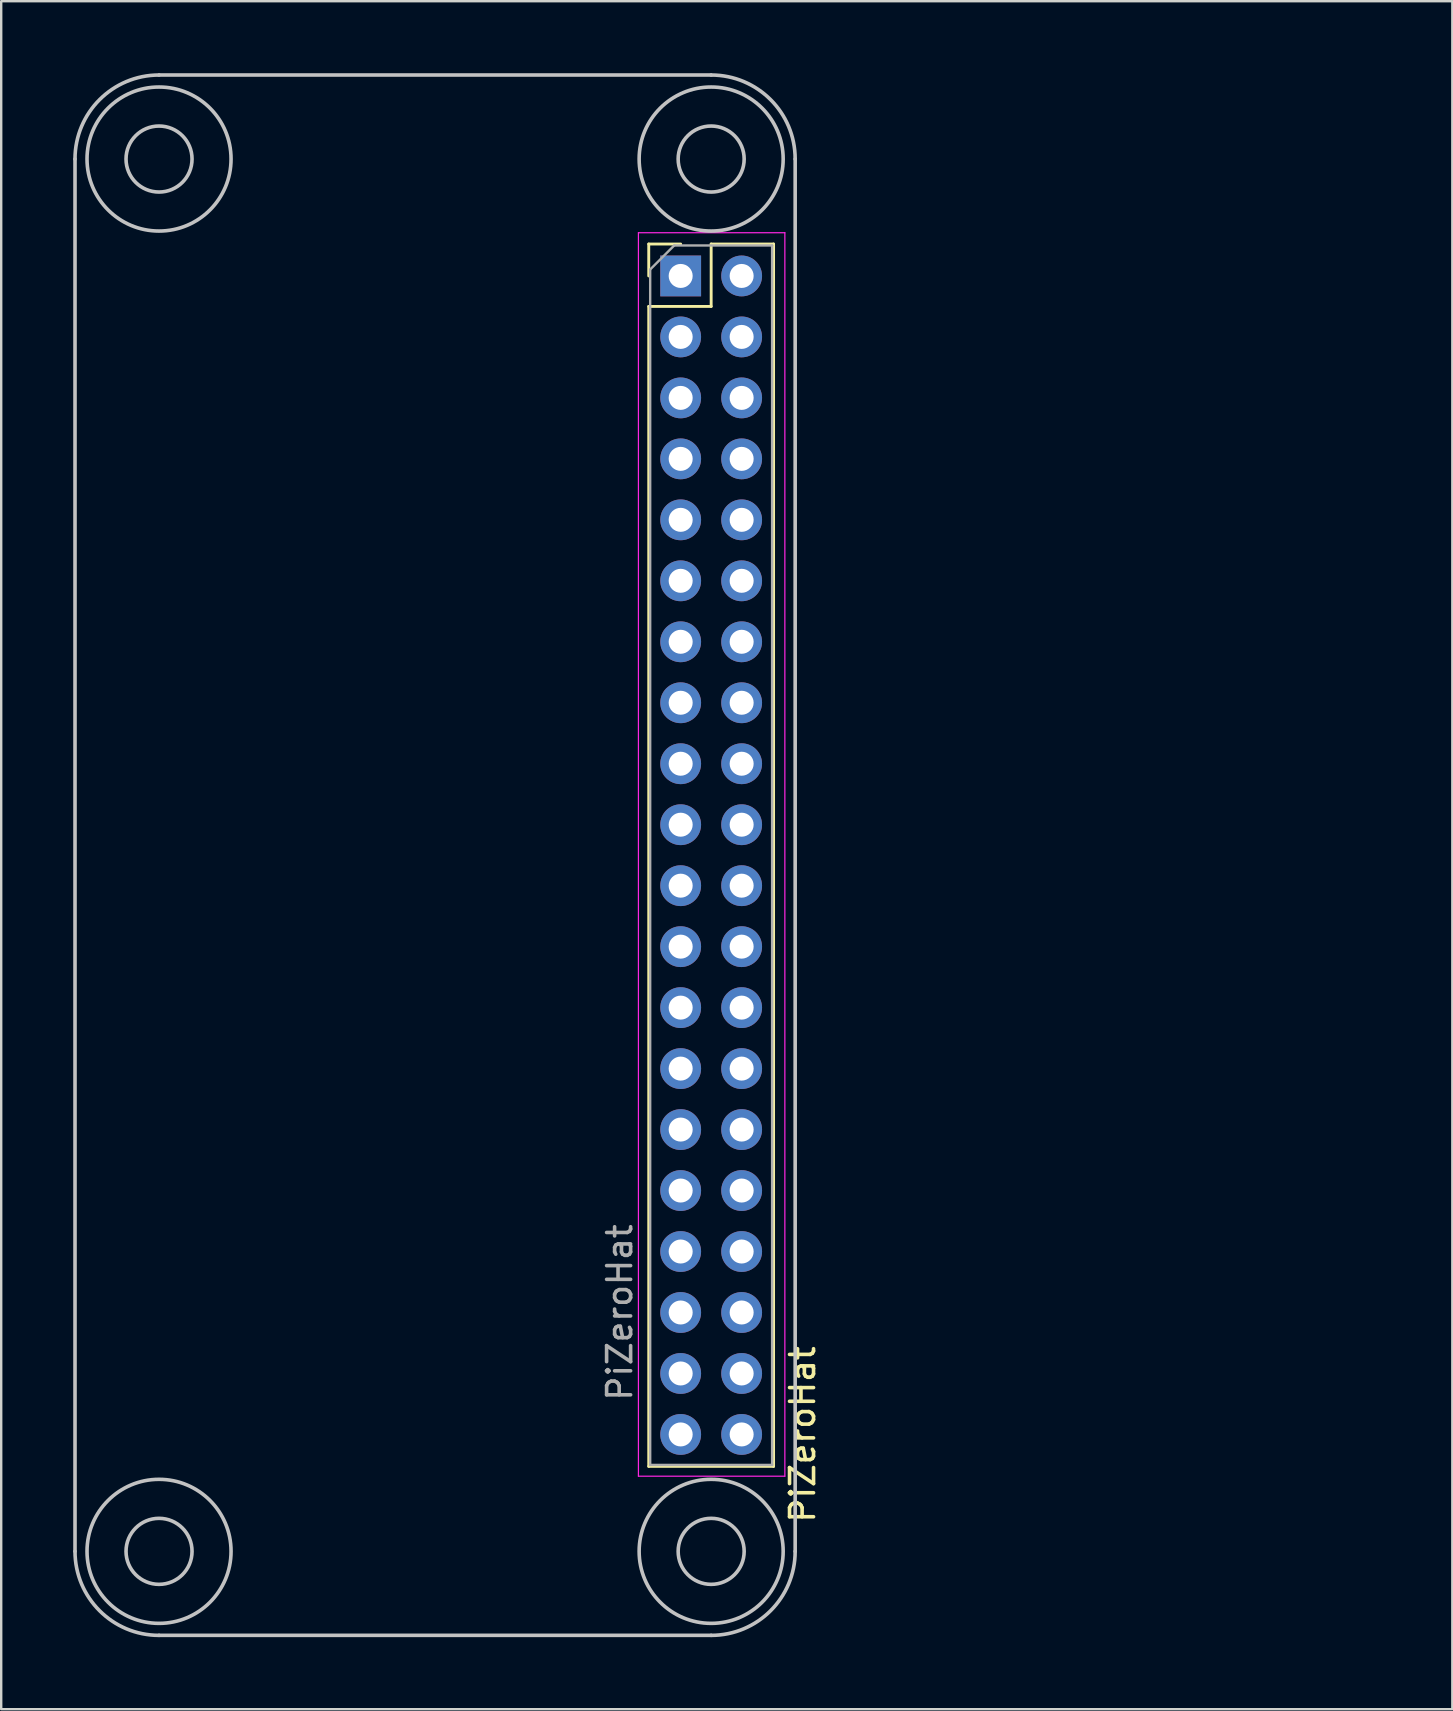
<source format=kicad_pcb>
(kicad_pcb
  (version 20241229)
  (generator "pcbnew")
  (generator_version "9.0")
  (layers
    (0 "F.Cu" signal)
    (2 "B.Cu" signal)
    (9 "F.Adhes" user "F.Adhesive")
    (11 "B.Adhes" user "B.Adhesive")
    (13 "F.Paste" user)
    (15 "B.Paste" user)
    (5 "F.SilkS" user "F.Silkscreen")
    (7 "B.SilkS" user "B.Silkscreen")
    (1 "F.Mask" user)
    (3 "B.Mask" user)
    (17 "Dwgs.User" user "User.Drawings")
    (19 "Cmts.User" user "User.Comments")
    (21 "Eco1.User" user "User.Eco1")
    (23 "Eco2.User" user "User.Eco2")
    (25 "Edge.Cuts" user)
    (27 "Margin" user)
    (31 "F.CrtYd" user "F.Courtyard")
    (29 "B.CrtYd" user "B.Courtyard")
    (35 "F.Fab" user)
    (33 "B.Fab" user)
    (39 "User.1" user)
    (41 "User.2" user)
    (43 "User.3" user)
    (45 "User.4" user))
  (footprint "PiZeroHat"
    (layer "F.Cu")
    (at 54.2 8.445)
    (property "Reference" "PiZeroHat" (at -23.815 48.26 90) (layer "F.SilkS") (effects (font (size 1 1) (thickness 0.15))))
    (attr through_hole)
    (fp_line (start -30.225 -1.33) (end -30.225 0) (stroke (width 0.12) (type solid)) (layer "F.SilkS"))
    (fp_line (start -30.225 1.27) (end -30.225 49.59) (stroke (width 0.12) (type solid)) (layer "F.SilkS"))
    (fp_line (start -28.895 -1.33) (end -30.225 -1.33) (stroke (width 0.12) (type solid)) (layer "F.SilkS"))
    (fp_line (start -27.625 -1.33) (end -27.625 1.27) (stroke (width 0.12) (type solid)) (layer "F.SilkS"))
    (fp_line (start -27.625 1.27) (end -30.225 1.27) (stroke (width 0.12) (type solid)) (layer "F.SilkS"))
    (fp_line (start -25.025 -1.33) (end -27.625 -1.33) (stroke (width 0.12) (type solid)) (layer "F.SilkS"))
    (fp_line (start -25.025 -1.33) (end -25.025 49.59) (stroke (width 0.12) (type solid)) (layer "F.SilkS"))
    (fp_line (start -25.025 49.59) (end -30.225 49.59) (stroke (width 0.12) (type solid)) (layer "F.SilkS"))
    (fp_line (start -54.125 -4.87) (end -54.125 53.13) (stroke (width 0.15) (type solid)) (layer "Dwgs.User"))
    (fp_line (start -50.625 56.63) (end -27.625 56.63) (stroke (width 0.15) (type solid)) (layer "Dwgs.User"))
    (fp_line (start -27.625 -8.37) (end -50.625 -8.37) (stroke (width 0.15) (type solid)) (layer "Dwgs.User"))
    (fp_line (start -24.125 -4.87) (end -24.125 53.13) (stroke (width 0.15) (type solid)) (layer "Dwgs.User"))
    (fp_arc (start -54.125372 -4.87) (mid -53.100246 -7.344874) (end -50.625372 -8.37) (stroke (width 0.15) (type solid)) (layer "Dwgs.User"))
    (fp_arc (start -50.625372 56.63) (mid -53.100246 55.604874) (end -54.125372 53.13) (stroke (width 0.15) (type solid)) (layer "Dwgs.User"))
    (fp_arc (start -27.625372 -8.37) (mid -25.150498 -7.344874) (end -24.125372 -4.87) (stroke (width 0.15) (type solid)) (layer "Dwgs.User"))
    (fp_arc (start -24.125372 53.13) (mid -25.150498 55.604874) (end -27.625372 56.63) (stroke (width 0.15) (type solid)) (layer "Dwgs.User"))
    (fp_circle (center -50.625 -4.87) (end -53.625 -4.87) (stroke (width 0.15) (type solid)) (fill no) (layer "Dwgs.User"))
    (fp_circle (center -50.625 -4.87) (end -52 -4.87) (stroke (width 0.15) (type solid)) (fill no) (layer "Dwgs.User"))
    (fp_circle (center -50.625 53.13) (end -53.625 53.13) (stroke (width 0.15) (type solid)) (fill no) (layer "Dwgs.User"))
    (fp_circle (center -50.625 53.13) (end -52 53.13) (stroke (width 0.15) (type solid)) (fill no) (layer "Dwgs.User"))
    (fp_circle (center -27.625 -4.87) (end -30.625 -4.87) (stroke (width 0.15) (type solid)) (fill no) (layer "Dwgs.User"))
    (fp_circle (center -27.625 -4.87) (end -29 -4.87) (stroke (width 0.15) (type solid)) (fill no) (layer "Dwgs.User"))
    (fp_circle (center -27.625 53.13) (end -30.625 53.13) (stroke (width 0.15) (type solid)) (fill no) (layer "Dwgs.User"))
    (fp_circle (center -27.625 53.13) (end -29 53.13) (stroke (width 0.15) (type solid)) (fill no) (layer "Dwgs.User"))
    (fp_line (start -30.655 -1.8) (end -30.655 50) (stroke (width 0.05) (type solid)) (layer "F.CrtYd"))
    (fp_line (start -30.655 50) (end -24.555 50) (stroke (width 0.05) (type solid)) (layer "F.CrtYd"))
    (fp_line (start -24.555 -1.8) (end -30.655 -1.8) (stroke (width 0.05) (type solid)) (layer "F.CrtYd"))
    (fp_line (start -24.555 50) (end -24.555 -1.8) (stroke (width 0.05) (type solid)) (layer "F.CrtYd"))
    (fp_line (start -30.165 -0.27) (end -30.165 49.53) (stroke (width 0.1) (type solid)) (layer "F.Fab"))
    (fp_line (start -30.165 49.53) (end -25.085 49.53) (stroke (width 0.1) (type solid)) (layer "F.Fab"))
    (fp_line (start -29.165 -1.27) (end -30.165 -0.27) (stroke (width 0.1) (type solid)) (layer "F.Fab"))
    (fp_line (start -25.085 -1.27) (end -29.165 -1.27) (stroke (width 0.1) (type solid)) (layer "F.Fab"))
    (fp_line (start -25.085 49.53) (end -25.085 -1.27) (stroke (width 0.1) (type solid)) (layer "F.Fab"))
    (fp_text user "${REFERENCE}" (at -31.435 43.18 90) (layer "F.Fab") (effects (font (size 1 1) (thickness 0.15))))
    (pad "1" thru_hole rect (at -28.895 0) (size 1.7 1.7) (drill 1) (layers "*.Cu" "*.Mask"))
    (pad "2" thru_hole oval (at -26.355 0) (size 1.7 1.7) (drill 1) (layers "*.Cu" "*.Mask"))
    (pad "3" thru_hole oval (at -28.895 2.54) (size 1.7 1.7) (drill 1) (layers "*.Cu" "*.Mask"))
    (pad "4" thru_hole oval (at -26.355 2.54) (size 1.7 1.7) (drill 1) (layers "*.Cu" "*.Mask"))
    (pad "5" thru_hole oval (at -28.895 5.08) (size 1.7 1.7) (drill 1) (layers "*.Cu" "*.Mask"))
    (pad "6" thru_hole oval (at -26.355 5.08) (size 1.7 1.7) (drill 1) (layers "*.Cu" "*.Mask"))
    (pad "7" thru_hole oval (at -28.895 7.62) (size 1.7 1.7) (drill 1) (layers "*.Cu" "*.Mask"))
    (pad "8" thru_hole oval (at -26.355 7.62) (size 1.7 1.7) (drill 1) (layers "*.Cu" "*.Mask"))
    (pad "9" thru_hole oval (at -28.895 10.16) (size 1.7 1.7) (drill 1) (layers "*.Cu" "*.Mask"))
    (pad "10" thru_hole oval (at -26.355 10.16) (size 1.7 1.7) (drill 1) (layers "*.Cu" "*.Mask"))
    (pad "11" thru_hole oval (at -28.895 12.7) (size 1.7 1.7) (drill 1) (layers "*.Cu" "*.Mask"))
    (pad "12" thru_hole oval (at -26.355 12.7) (size 1.7 1.7) (drill 1) (layers "*.Cu" "*.Mask"))
    (pad "13" thru_hole oval (at -28.895 15.24) (size 1.7 1.7) (drill 1) (layers "*.Cu" "*.Mask"))
    (pad "14" thru_hole oval (at -26.355 15.24) (size 1.7 1.7) (drill 1) (layers "*.Cu" "*.Mask"))
    (pad "15" thru_hole oval (at -28.895 17.78) (size 1.7 1.7) (drill 1) (layers "*.Cu" "*.Mask"))
    (pad "16" thru_hole oval (at -26.355 17.78) (size 1.7 1.7) (drill 1) (layers "*.Cu" "*.Mask"))
    (pad "17" thru_hole oval (at -28.895 20.32) (size 1.7 1.7) (drill 1) (layers "*.Cu" "*.Mask"))
    (pad "18" thru_hole oval (at -26.355 20.32) (size 1.7 1.7) (drill 1) (layers "*.Cu" "*.Mask"))
    (pad "19" thru_hole oval (at -28.895 22.86) (size 1.7 1.7) (drill 1) (layers "*.Cu" "*.Mask"))
    (pad "20" thru_hole oval (at -26.355 22.86) (size 1.7 1.7) (drill 1) (layers "*.Cu" "*.Mask"))
    (pad "21" thru_hole oval (at -28.895 25.4) (size 1.7 1.7) (drill 1) (layers "*.Cu" "*.Mask"))
    (pad "22" thru_hole oval (at -26.355 25.4) (size 1.7 1.7) (drill 1) (layers "*.Cu" "*.Mask"))
    (pad "23" thru_hole oval (at -28.895 27.94) (size 1.7 1.7) (drill 1) (layers "*.Cu" "*.Mask"))
    (pad "24" thru_hole oval (at -26.355 27.94) (size 1.7 1.7) (drill 1) (layers "*.Cu" "*.Mask"))
    (pad "25" thru_hole oval (at -28.895 30.48) (size 1.7 1.7) (drill 1) (layers "*.Cu" "*.Mask"))
    (pad "26" thru_hole oval (at -26.355 30.48) (size 1.7 1.7) (drill 1) (layers "*.Cu" "*.Mask"))
    (pad "27" thru_hole oval (at -28.895 33.02) (size 1.7 1.7) (drill 1) (layers "*.Cu" "*.Mask"))
    (pad "28" thru_hole oval (at -26.355 33.02) (size 1.7 1.7) (drill 1) (layers "*.Cu" "*.Mask"))
    (pad "29" thru_hole oval (at -28.895 35.56) (size 1.7 1.7) (drill 1) (layers "*.Cu" "*.Mask"))
    (pad "30" thru_hole oval (at -26.355 35.56) (size 1.7 1.7) (drill 1) (layers "*.Cu" "*.Mask"))
    (pad "31" thru_hole oval (at -28.895 38.1) (size 1.7 1.7) (drill 1) (layers "*.Cu" "*.Mask"))
    (pad "32" thru_hole oval (at -26.355 38.1) (size 1.7 1.7) (drill 1) (layers "*.Cu" "*.Mask"))
    (pad "33" thru_hole oval (at -28.895 40.64) (size 1.7 1.7) (drill 1) (layers "*.Cu" "*.Mask"))
    (pad "34" thru_hole oval (at -26.355 40.64) (size 1.7 1.7) (drill 1) (layers "*.Cu" "*.Mask"))
    (pad "35" thru_hole oval (at -28.895 43.18) (size 1.7 1.7) (drill 1) (layers "*.Cu" "*.Mask"))
    (pad "36" thru_hole oval (at -26.355 43.18) (size 1.7 1.7) (drill 1) (layers "*.Cu" "*.Mask"))
    (pad "37" thru_hole oval (at -28.895 45.72) (size 1.7 1.7) (drill 1) (layers "*.Cu" "*.Mask"))
    (pad "38" thru_hole oval (at -26.355 45.72) (size 1.7 1.7) (drill 1) (layers "*.Cu" "*.Mask"))
    (pad "39" thru_hole oval (at -28.895 48.26) (size 1.7 1.7) (drill 1) (layers "*.Cu" "*.Mask"))
    (pad "40" thru_hole oval (at -26.355 48.26) (size 1.7 1.7) (drill 1) (layers "*.Cu" "*.Mask")))
  (gr_rect
    (start -3 -3)
    (end 57.45 68.15)
    (stroke (width 0.1) (type default))
    (fill no)
    (layer "Edge.Cuts")))
</source>
